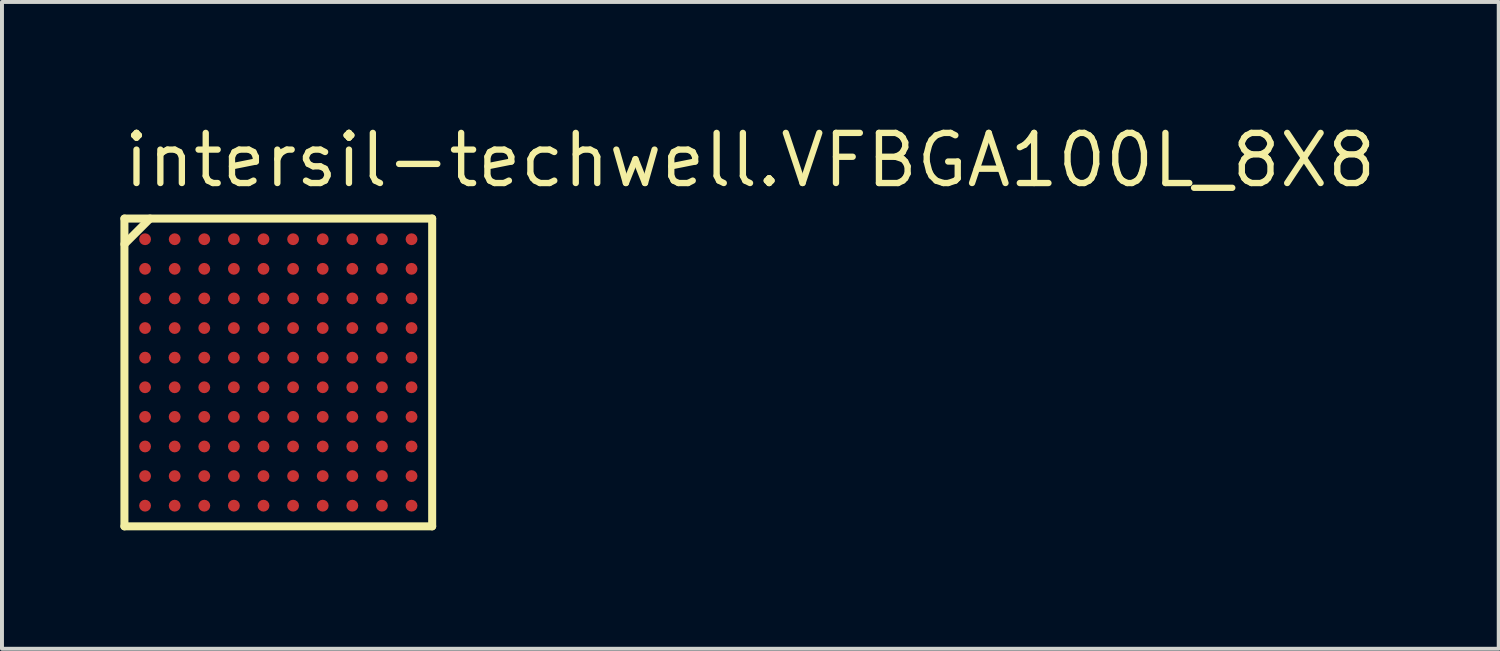
<source format=kicad_pcb>
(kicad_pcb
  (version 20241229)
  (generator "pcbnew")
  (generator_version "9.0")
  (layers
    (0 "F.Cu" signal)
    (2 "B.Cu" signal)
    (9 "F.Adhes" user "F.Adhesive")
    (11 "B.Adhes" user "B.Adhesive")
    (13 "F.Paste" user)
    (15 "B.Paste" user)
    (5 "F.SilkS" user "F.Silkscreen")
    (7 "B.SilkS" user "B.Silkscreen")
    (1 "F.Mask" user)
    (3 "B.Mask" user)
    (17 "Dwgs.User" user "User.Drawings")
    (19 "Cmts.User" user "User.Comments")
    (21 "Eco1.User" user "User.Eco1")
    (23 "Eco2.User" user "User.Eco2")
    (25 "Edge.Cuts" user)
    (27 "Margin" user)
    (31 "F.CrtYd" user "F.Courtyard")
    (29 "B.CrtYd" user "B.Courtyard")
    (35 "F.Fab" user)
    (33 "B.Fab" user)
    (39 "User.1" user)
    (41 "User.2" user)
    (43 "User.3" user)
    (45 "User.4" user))
  (footprint "intersil-techwell.VFBGA100L_8X8"
    (layer "F.Cu")
    (at 4 6.385)
    (property "Reference" "intersil-techwell.VFBGA100L_8X8" (at -4 -4.635 0) (layer "F.SilkS") (effects (font (size 1.27 1.27) (thickness 0.16)) (justify left bottom)))
    (attr smd)
    (fp_circle (center -3.375 -3.375) (end -3.225 -3.375) (stroke (width 0.1) (type default)) (fill no) (layer "F.Mask"))
    (fp_circle (center -3.375 -2.625) (end -3.225 -2.625) (stroke (width 0.1) (type default)) (fill no) (layer "F.Mask"))
    (fp_circle (center -3.375 -1.875) (end -3.225 -1.875) (stroke (width 0.1) (type default)) (fill no) (layer "F.Mask"))
    (fp_circle (center -3.375 -1.125) (end -3.225 -1.125) (stroke (width 0.1) (type default)) (fill no) (layer "F.Mask"))
    (fp_circle (center -3.375 -0.375) (end -3.225 -0.375) (stroke (width 0.1) (type default)) (fill no) (layer "F.Mask"))
    (fp_circle (center -3.375 0.375) (end -3.225 0.375) (stroke (width 0.1) (type default)) (fill no) (layer "F.Mask"))
    (fp_circle (center -3.375 1.125) (end -3.225 1.125) (stroke (width 0.1) (type default)) (fill no) (layer "F.Mask"))
    (fp_circle (center -3.375 1.875) (end -3.225 1.875) (stroke (width 0.1) (type default)) (fill no) (layer "F.Mask"))
    (fp_circle (center -3.375 2.625) (end -3.225 2.625) (stroke (width 0.1) (type default)) (fill no) (layer "F.Mask"))
    (fp_circle (center -3.375 3.375) (end -3.225 3.375) (stroke (width 0.1) (type default)) (fill no) (layer "F.Mask"))
    (fp_circle (center -2.625 -3.375) (end -2.475 -3.375) (stroke (width 0.1) (type default)) (fill no) (layer "F.Mask"))
    (fp_circle (center -2.625 -2.625) (end -2.475 -2.625) (stroke (width 0.1) (type default)) (fill no) (layer "F.Mask"))
    (fp_circle (center -2.625 -1.875) (end -2.475 -1.875) (stroke (width 0.1) (type default)) (fill no) (layer "F.Mask"))
    (fp_circle (center -2.625 -1.125) (end -2.475 -1.125) (stroke (width 0.1) (type default)) (fill no) (layer "F.Mask"))
    (fp_circle (center -2.625 -0.375) (end -2.475 -0.375) (stroke (width 0.1) (type default)) (fill no) (layer "F.Mask"))
    (fp_circle (center -2.625 0.375) (end -2.475 0.375) (stroke (width 0.1) (type default)) (fill no) (layer "F.Mask"))
    (fp_circle (center -2.625 1.125) (end -2.475 1.125) (stroke (width 0.1) (type default)) (fill no) (layer "F.Mask"))
    (fp_circle (center -2.625 1.875) (end -2.475 1.875) (stroke (width 0.1) (type default)) (fill no) (layer "F.Mask"))
    (fp_circle (center -2.625 2.625) (end -2.475 2.625) (stroke (width 0.1) (type default)) (fill no) (layer "F.Mask"))
    (fp_circle (center -2.625 3.375) (end -2.475 3.375) (stroke (width 0.1) (type default)) (fill no) (layer "F.Mask"))
    (fp_circle (center -1.875 -3.375) (end -1.725 -3.375) (stroke (width 0.1) (type default)) (fill no) (layer "F.Mask"))
    (fp_circle (center -1.875 -2.625) (end -1.725 -2.625) (stroke (width 0.1) (type default)) (fill no) (layer "F.Mask"))
    (fp_circle (center -1.875 -1.875) (end -1.725 -1.875) (stroke (width 0.1) (type default)) (fill no) (layer "F.Mask"))
    (fp_circle (center -1.875 -1.125) (end -1.725 -1.125) (stroke (width 0.1) (type default)) (fill no) (layer "F.Mask"))
    (fp_circle (center -1.875 -0.375) (end -1.725 -0.375) (stroke (width 0.1) (type default)) (fill no) (layer "F.Mask"))
    (fp_circle (center -1.875 0.375) (end -1.725 0.375) (stroke (width 0.1) (type default)) (fill no) (layer "F.Mask"))
    (fp_circle (center -1.875 1.125) (end -1.725 1.125) (stroke (width 0.1) (type default)) (fill no) (layer "F.Mask"))
    (fp_circle (center -1.875 1.875) (end -1.725 1.875) (stroke (width 0.1) (type default)) (fill no) (layer "F.Mask"))
    (fp_circle (center -1.875 2.625) (end -1.725 2.625) (stroke (width 0.1) (type default)) (fill no) (layer "F.Mask"))
    (fp_circle (center -1.875 3.375) (end -1.725 3.375) (stroke (width 0.1) (type default)) (fill no) (layer "F.Mask"))
    (fp_circle (center -1.125 -3.375) (end -0.975 -3.375) (stroke (width 0.1) (type default)) (fill no) (layer "F.Mask"))
    (fp_circle (center -1.125 -2.625) (end -0.975 -2.625) (stroke (width 0.1) (type default)) (fill no) (layer "F.Mask"))
    (fp_circle (center -1.125 -1.875) (end -0.975 -1.875) (stroke (width 0.1) (type default)) (fill no) (layer "F.Mask"))
    (fp_circle (center -1.125 -1.125) (end -0.975 -1.125) (stroke (width 0.1) (type default)) (fill no) (layer "F.Mask"))
    (fp_circle (center -1.125 -0.375) (end -0.975 -0.375) (stroke (width 0.1) (type default)) (fill no) (layer "F.Mask"))
    (fp_circle (center -1.125 0.375) (end -0.975 0.375) (stroke (width 0.1) (type default)) (fill no) (layer "F.Mask"))
    (fp_circle (center -1.125 1.125) (end -0.975 1.125) (stroke (width 0.1) (type default)) (fill no) (layer "F.Mask"))
    (fp_circle (center -1.125 1.875) (end -0.975 1.875) (stroke (width 0.1) (type default)) (fill no) (layer "F.Mask"))
    (fp_circle (center -1.125 2.625) (end -0.975 2.625) (stroke (width 0.1) (type default)) (fill no) (layer "F.Mask"))
    (fp_circle (center -1.125 3.375) (end -0.975 3.375) (stroke (width 0.1) (type default)) (fill no) (layer "F.Mask"))
    (fp_circle (center -0.375 -3.375) (end -0.225 -3.375) (stroke (width 0.1) (type default)) (fill no) (layer "F.Mask"))
    (fp_circle (center -0.375 -2.625) (end -0.225 -2.625) (stroke (width 0.1) (type default)) (fill no) (layer "F.Mask"))
    (fp_circle (center -0.375 -1.875) (end -0.225 -1.875) (stroke (width 0.1) (type default)) (fill no) (layer "F.Mask"))
    (fp_circle (center -0.375 -1.125) (end -0.225 -1.125) (stroke (width 0.1) (type default)) (fill no) (layer "F.Mask"))
    (fp_circle (center -0.375 -0.375) (end -0.225 -0.375) (stroke (width 0.1) (type default)) (fill no) (layer "F.Mask"))
    (fp_circle (center -0.375 0.375) (end -0.225 0.375) (stroke (width 0.1) (type default)) (fill no) (layer "F.Mask"))
    (fp_circle (center -0.375 1.125) (end -0.225 1.125) (stroke (width 0.1) (type default)) (fill no) (layer "F.Mask"))
    (fp_circle (center -0.375 1.875) (end -0.225 1.875) (stroke (width 0.1) (type default)) (fill no) (layer "F.Mask"))
    (fp_circle (center -0.375 2.625) (end -0.225 2.625) (stroke (width 0.1) (type default)) (fill no) (layer "F.Mask"))
    (fp_circle (center -0.375 3.375) (end -0.225 3.375) (stroke (width 0.1) (type default)) (fill no) (layer "F.Mask"))
    (fp_circle (center 0.375 -3.375) (end 0.525 -3.375) (stroke (width 0.1) (type default)) (fill no) (layer "F.Mask"))
    (fp_circle (center 0.375 -2.625) (end 0.525 -2.625) (stroke (width 0.1) (type default)) (fill no) (layer "F.Mask"))
    (fp_circle (center 0.375 -1.875) (end 0.525 -1.875) (stroke (width 0.1) (type default)) (fill no) (layer "F.Mask"))
    (fp_circle (center 0.375 -1.125) (end 0.525 -1.125) (stroke (width 0.1) (type default)) (fill no) (layer "F.Mask"))
    (fp_circle (center 0.375 -0.375) (end 0.525 -0.375) (stroke (width 0.1) (type default)) (fill no) (layer "F.Mask"))
    (fp_circle (center 0.375 0.375) (end 0.525 0.375) (stroke (width 0.1) (type default)) (fill no) (layer "F.Mask"))
    (fp_circle (center 0.375 1.125) (end 0.525 1.125) (stroke (width 0.1) (type default)) (fill no) (layer "F.Mask"))
    (fp_circle (center 0.375 1.875) (end 0.525 1.875) (stroke (width 0.1) (type default)) (fill no) (layer "F.Mask"))
    (fp_circle (center 0.375 2.625) (end 0.525 2.625) (stroke (width 0.1) (type default)) (fill no) (layer "F.Mask"))
    (fp_circle (center 0.375 3.375) (end 0.525 3.375) (stroke (width 0.1) (type default)) (fill no) (layer "F.Mask"))
    (fp_circle (center 1.125 -3.375) (end 1.275 -3.375) (stroke (width 0.1) (type default)) (fill no) (layer "F.Mask"))
    (fp_circle (center 1.125 -2.625) (end 1.275 -2.625) (stroke (width 0.1) (type default)) (fill no) (layer "F.Mask"))
    (fp_circle (center 1.125 -1.875) (end 1.275 -1.875) (stroke (width 0.1) (type default)) (fill no) (layer "F.Mask"))
    (fp_circle (center 1.125 -1.125) (end 1.275 -1.125) (stroke (width 0.1) (type default)) (fill no) (layer "F.Mask"))
    (fp_circle (center 1.125 -0.375) (end 1.275 -0.375) (stroke (width 0.1) (type default)) (fill no) (layer "F.Mask"))
    (fp_circle (center 1.125 0.375) (end 1.275 0.375) (stroke (width 0.1) (type default)) (fill no) (layer "F.Mask"))
    (fp_circle (center 1.125 1.125) (end 1.275 1.125) (stroke (width 0.1) (type default)) (fill no) (layer "F.Mask"))
    (fp_circle (center 1.125 1.875) (end 1.275 1.875) (stroke (width 0.1) (type default)) (fill no) (layer "F.Mask"))
    (fp_circle (center 1.125 2.625) (end 1.275 2.625) (stroke (width 0.1) (type default)) (fill no) (layer "F.Mask"))
    (fp_circle (center 1.125 3.375) (end 1.275 3.375) (stroke (width 0.1) (type default)) (fill no) (layer "F.Mask"))
    (fp_circle (center 1.875 -3.375) (end 2.025 -3.375) (stroke (width 0.1) (type default)) (fill no) (layer "F.Mask"))
    (fp_circle (center 1.875 -2.625) (end 2.025 -2.625) (stroke (width 0.1) (type default)) (fill no) (layer "F.Mask"))
    (fp_circle (center 1.875 -1.875) (end 2.025 -1.875) (stroke (width 0.1) (type default)) (fill no) (layer "F.Mask"))
    (fp_circle (center 1.875 -1.125) (end 2.025 -1.125) (stroke (width 0.1) (type default)) (fill no) (layer "F.Mask"))
    (fp_circle (center 1.875 -0.375) (end 2.025 -0.375) (stroke (width 0.1) (type default)) (fill no) (layer "F.Mask"))
    (fp_circle (center 1.875 0.375) (end 2.025 0.375) (stroke (width 0.1) (type default)) (fill no) (layer "F.Mask"))
    (fp_circle (center 1.875 1.125) (end 2.025 1.125) (stroke (width 0.1) (type default)) (fill no) (layer "F.Mask"))
    (fp_circle (center 1.875 1.875) (end 2.025 1.875) (stroke (width 0.1) (type default)) (fill no) (layer "F.Mask"))
    (fp_circle (center 1.875 2.625) (end 2.025 2.625) (stroke (width 0.1) (type default)) (fill no) (layer "F.Mask"))
    (fp_circle (center 1.875 3.375) (end 2.025 3.375) (stroke (width 0.1) (type default)) (fill no) (layer "F.Mask"))
    (fp_circle (center 2.625 -3.375) (end 2.775 -3.375) (stroke (width 0.1) (type default)) (fill no) (layer "F.Mask"))
    (fp_circle (center 2.625 -2.625) (end 2.775 -2.625) (stroke (width 0.1) (type default)) (fill no) (layer "F.Mask"))
    (fp_circle (center 2.625 -1.875) (end 2.775 -1.875) (stroke (width 0.1) (type default)) (fill no) (layer "F.Mask"))
    (fp_circle (center 2.625 -1.125) (end 2.775 -1.125) (stroke (width 0.1) (type default)) (fill no) (layer "F.Mask"))
    (fp_circle (center 2.625 -0.375) (end 2.775 -0.375) (stroke (width 0.1) (type default)) (fill no) (layer "F.Mask"))
    (fp_circle (center 2.625 0.375) (end 2.775 0.375) (stroke (width 0.1) (type default)) (fill no) (layer "F.Mask"))
    (fp_circle (center 2.625 1.125) (end 2.775 1.125) (stroke (width 0.1) (type default)) (fill no) (layer "F.Mask"))
    (fp_circle (center 2.625 1.875) (end 2.775 1.875) (stroke (width 0.1) (type default)) (fill no) (layer "F.Mask"))
    (fp_circle (center 2.625 2.625) (end 2.775 2.625) (stroke (width 0.1) (type default)) (fill no) (layer "F.Mask"))
    (fp_circle (center 2.625 3.375) (end 2.775 3.375) (stroke (width 0.1) (type default)) (fill no) (layer "F.Mask"))
    (fp_circle (center 3.375 -3.375) (end 3.525 -3.375) (stroke (width 0.1) (type default)) (fill no) (layer "F.Mask"))
    (fp_circle (center 3.375 -2.625) (end 3.525 -2.625) (stroke (width 0.1) (type default)) (fill no) (layer "F.Mask"))
    (fp_circle (center 3.375 -1.875) (end 3.525 -1.875) (stroke (width 0.1) (type default)) (fill no) (layer "F.Mask"))
    (fp_circle (center 3.375 -1.125) (end 3.525 -1.125) (stroke (width 0.1) (type default)) (fill no) (layer "F.Mask"))
    (fp_circle (center 3.375 -0.375) (end 3.525 -0.375) (stroke (width 0.1) (type default)) (fill no) (layer "F.Mask"))
    (fp_circle (center 3.375 0.375) (end 3.525 0.375) (stroke (width 0.1) (type default)) (fill no) (layer "F.Mask"))
    (fp_circle (center 3.375 1.125) (end 3.525 1.125) (stroke (width 0.1) (type default)) (fill no) (layer "F.Mask"))
    (fp_circle (center 3.375 1.875) (end 3.525 1.875) (stroke (width 0.1) (type default)) (fill no) (layer "F.Mask"))
    (fp_circle (center 3.375 2.625) (end 3.525 2.625) (stroke (width 0.1) (type default)) (fill no) (layer "F.Mask"))
    (fp_circle (center 3.375 3.375) (end 3.525 3.375) (stroke (width 0.1) (type default)) (fill no) (layer "F.Mask"))
    (fp_line (start -3.898 -3.898) (end -3.898 3.898) (stroke (width 0.203) (type default)) (layer "F.SilkS"))
    (fp_line (start -3.898 -3.25) (end -3.25 -3.898) (stroke (width 0.203) (type default)) (layer "F.SilkS"))
    (fp_line (start -3.898 3.898) (end 3.898 3.898) (stroke (width 0.203) (type default)) (layer "F.SilkS"))
    (fp_line (start 3.898 -3.898) (end -3.898 -3.898) (stroke (width 0.203) (type default)) (layer "F.SilkS"))
    (fp_line (start 3.898 3.898) (end 3.898 -3.898) (stroke (width 0.203) (type default)) (layer "F.SilkS"))
    (pad "A1" smd roundrect (at -3.375 -3.375) (size 0.3 0.3) (layers "F.Cu" "F.Mask" "F.Paste") (roundrect_rratio 0.5))
    (pad "A2" smd roundrect (at -2.625 -3.375) (size 0.3 0.3) (layers "F.Cu" "F.Mask" "F.Paste") (roundrect_rratio 0.5))
    (pad "A3" smd roundrect (at -1.875 -3.375) (size 0.3 0.3) (layers "F.Cu" "F.Mask" "F.Paste") (roundrect_rratio 0.5))
    (pad "A4" smd roundrect (at -1.125 -3.375) (size 0.3 0.3) (layers "F.Cu" "F.Mask" "F.Paste") (roundrect_rratio 0.5))
    (pad "A5" smd roundrect (at -0.375 -3.375) (size 0.3 0.3) (layers "F.Cu" "F.Mask" "F.Paste") (roundrect_rratio 0.5))
    (pad "A6" smd roundrect (at 0.375 -3.375) (size 0.3 0.3) (layers "F.Cu" "F.Mask" "F.Paste") (roundrect_rratio 0.5))
    (pad "A7" smd roundrect (at 1.125 -3.375) (size 0.3 0.3) (layers "F.Cu" "F.Mask" "F.Paste") (roundrect_rratio 0.5))
    (pad "A8" smd roundrect (at 1.875 -3.375) (size 0.3 0.3) (layers "F.Cu" "F.Mask" "F.Paste") (roundrect_rratio 0.5))
    (pad "A9" smd roundrect (at 2.625 -3.375) (size 0.3 0.3) (layers "F.Cu" "F.Mask" "F.Paste") (roundrect_rratio 0.5))
    (pad "A10" smd roundrect (at 3.375 -3.375) (size 0.3 0.3) (layers "F.Cu" "F.Mask" "F.Paste") (roundrect_rratio 0.5))
    (pad "B1" smd roundrect (at -3.375 -2.625) (size 0.3 0.3) (layers "F.Cu" "F.Mask" "F.Paste") (roundrect_rratio 0.5))
    (pad "B2" smd roundrect (at -2.625 -2.625) (size 0.3 0.3) (layers "F.Cu" "F.Mask" "F.Paste") (roundrect_rratio 0.5))
    (pad "B3" smd roundrect (at -1.875 -2.625) (size 0.3 0.3) (layers "F.Cu" "F.Mask" "F.Paste") (roundrect_rratio 0.5))
    (pad "B4" smd roundrect (at -1.125 -2.625) (size 0.3 0.3) (layers "F.Cu" "F.Mask" "F.Paste") (roundrect_rratio 0.5))
    (pad "B5" smd roundrect (at -0.375 -2.625) (size 0.3 0.3) (layers "F.Cu" "F.Mask" "F.Paste") (roundrect_rratio 0.5))
    (pad "B6" smd roundrect (at 0.375 -2.625) (size 0.3 0.3) (layers "F.Cu" "F.Mask" "F.Paste") (roundrect_rratio 0.5))
    (pad "B7" smd roundrect (at 1.125 -2.625) (size 0.3 0.3) (layers "F.Cu" "F.Mask" "F.Paste") (roundrect_rratio 0.5))
    (pad "B8" smd roundrect (at 1.875 -2.625) (size 0.3 0.3) (layers "F.Cu" "F.Mask" "F.Paste") (roundrect_rratio 0.5))
    (pad "B9" smd roundrect (at 2.625 -2.625) (size 0.3 0.3) (layers "F.Cu" "F.Mask" "F.Paste") (roundrect_rratio 0.5))
    (pad "B10" smd roundrect (at 3.375 -2.625) (size 0.3 0.3) (layers "F.Cu" "F.Mask" "F.Paste") (roundrect_rratio 0.5))
    (pad "C1" smd roundrect (at -3.375 -1.875) (size 0.3 0.3) (layers "F.Cu" "F.Mask" "F.Paste") (roundrect_rratio 0.5))
    (pad "C2" smd roundrect (at -2.625 -1.875) (size 0.3 0.3) (layers "F.Cu" "F.Mask" "F.Paste") (roundrect_rratio 0.5))
    (pad "C3" smd roundrect (at -1.875 -1.875) (size 0.3 0.3) (layers "F.Cu" "F.Mask" "F.Paste") (roundrect_rratio 0.5))
    (pad "C4" smd roundrect (at -1.125 -1.875) (size 0.3 0.3) (layers "F.Cu" "F.Mask" "F.Paste") (roundrect_rratio 0.5))
    (pad "C5" smd roundrect (at -0.375 -1.875) (size 0.3 0.3) (layers "F.Cu" "F.Mask" "F.Paste") (roundrect_rratio 0.5))
    (pad "C6" smd roundrect (at 0.375 -1.875) (size 0.3 0.3) (layers "F.Cu" "F.Mask" "F.Paste") (roundrect_rratio 0.5))
    (pad "C7" smd roundrect (at 1.125 -1.875) (size 0.3 0.3) (layers "F.Cu" "F.Mask" "F.Paste") (roundrect_rratio 0.5))
    (pad "C8" smd roundrect (at 1.875 -1.875) (size 0.3 0.3) (layers "F.Cu" "F.Mask" "F.Paste") (roundrect_rratio 0.5))
    (pad "C9" smd roundrect (at 2.625 -1.875) (size 0.3 0.3) (layers "F.Cu" "F.Mask" "F.Paste") (roundrect_rratio 0.5))
    (pad "C10" smd roundrect (at 3.375 -1.875) (size 0.3 0.3) (layers "F.Cu" "F.Mask" "F.Paste") (roundrect_rratio 0.5))
    (pad "D1" smd roundrect (at -3.375 -1.125) (size 0.3 0.3) (layers "F.Cu" "F.Mask" "F.Paste") (roundrect_rratio 0.5))
    (pad "D2" smd roundrect (at -2.625 -1.125) (size 0.3 0.3) (layers "F.Cu" "F.Mask" "F.Paste") (roundrect_rratio 0.5))
    (pad "D3" smd roundrect (at -1.875 -1.125) (size 0.3 0.3) (layers "F.Cu" "F.Mask" "F.Paste") (roundrect_rratio 0.5))
    (pad "D4" smd roundrect (at -1.125 -1.125) (size 0.3 0.3) (layers "F.Cu" "F.Mask" "F.Paste") (roundrect_rratio 0.5))
    (pad "D5" smd roundrect (at -0.375 -1.125) (size 0.3 0.3) (layers "F.Cu" "F.Mask" "F.Paste") (roundrect_rratio 0.5))
    (pad "D6" smd roundrect (at 0.375 -1.125) (size 0.3 0.3) (layers "F.Cu" "F.Mask" "F.Paste") (roundrect_rratio 0.5))
    (pad "D7" smd roundrect (at 1.125 -1.125) (size 0.3 0.3) (layers "F.Cu" "F.Mask" "F.Paste") (roundrect_rratio 0.5))
    (pad "D8" smd roundrect (at 1.875 -1.125) (size 0.3 0.3) (layers "F.Cu" "F.Mask" "F.Paste") (roundrect_rratio 0.5))
    (pad "D9" smd roundrect (at 2.625 -1.125) (size 0.3 0.3) (layers "F.Cu" "F.Mask" "F.Paste") (roundrect_rratio 0.5))
    (pad "D10" smd roundrect (at 3.375 -1.125) (size 0.3 0.3) (layers "F.Cu" "F.Mask" "F.Paste") (roundrect_rratio 0.5))
    (pad "E1" smd roundrect (at -3.375 -0.375) (size 0.3 0.3) (layers "F.Cu" "F.Mask" "F.Paste") (roundrect_rratio 0.5))
    (pad "E2" smd roundrect (at -2.625 -0.375) (size 0.3 0.3) (layers "F.Cu" "F.Mask" "F.Paste") (roundrect_rratio 0.5))
    (pad "E3" smd roundrect (at -1.875 -0.375) (size 0.3 0.3) (layers "F.Cu" "F.Mask" "F.Paste") (roundrect_rratio 0.5))
    (pad "E4" smd roundrect (at -1.125 -0.375) (size 0.3 0.3) (layers "F.Cu" "F.Mask" "F.Paste") (roundrect_rratio 0.5))
    (pad "E5" smd roundrect (at -0.375 -0.375) (size 0.3 0.3) (layers "F.Cu" "F.Mask" "F.Paste") (roundrect_rratio 0.5))
    (pad "E6" smd roundrect (at 0.375 -0.375) (size 0.3 0.3) (layers "F.Cu" "F.Mask" "F.Paste") (roundrect_rratio 0.5))
    (pad "E7" smd roundrect (at 1.125 -0.375) (size 0.3 0.3) (layers "F.Cu" "F.Mask" "F.Paste") (roundrect_rratio 0.5))
    (pad "E8" smd roundrect (at 1.875 -0.375) (size 0.3 0.3) (layers "F.Cu" "F.Mask" "F.Paste") (roundrect_rratio 0.5))
    (pad "E9" smd roundrect (at 2.625 -0.375) (size 0.3 0.3) (layers "F.Cu" "F.Mask" "F.Paste") (roundrect_rratio 0.5))
    (pad "E10" smd roundrect (at 3.375 -0.375) (size 0.3 0.3) (layers "F.Cu" "F.Mask" "F.Paste") (roundrect_rratio 0.5))
    (pad "F1" smd roundrect (at -3.375 0.375) (size 0.3 0.3) (layers "F.Cu" "F.Mask" "F.Paste") (roundrect_rratio 0.5))
    (pad "F2" smd roundrect (at -2.625 0.375) (size 0.3 0.3) (layers "F.Cu" "F.Mask" "F.Paste") (roundrect_rratio 0.5))
    (pad "F3" smd roundrect (at -1.875 0.375) (size 0.3 0.3) (layers "F.Cu" "F.Mask" "F.Paste") (roundrect_rratio 0.5))
    (pad "F4" smd roundrect (at -1.125 0.375) (size 0.3 0.3) (layers "F.Cu" "F.Mask" "F.Paste") (roundrect_rratio 0.5))
    (pad "F5" smd roundrect (at -0.375 0.375) (size 0.3 0.3) (layers "F.Cu" "F.Mask" "F.Paste") (roundrect_rratio 0.5))
    (pad "F6" smd roundrect (at 0.375 0.375) (size 0.3 0.3) (layers "F.Cu" "F.Mask" "F.Paste") (roundrect_rratio 0.5))
    (pad "F7" smd roundrect (at 1.125 0.375) (size 0.3 0.3) (layers "F.Cu" "F.Mask" "F.Paste") (roundrect_rratio 0.5))
    (pad "F8" smd roundrect (at 1.875 0.375) (size 0.3 0.3) (layers "F.Cu" "F.Mask" "F.Paste") (roundrect_rratio 0.5))
    (pad "F9" smd roundrect (at 2.625 0.375) (size 0.3 0.3) (layers "F.Cu" "F.Mask" "F.Paste") (roundrect_rratio 0.5))
    (pad "F10" smd roundrect (at 3.375 0.375) (size 0.3 0.3) (layers "F.Cu" "F.Mask" "F.Paste") (roundrect_rratio 0.5))
    (pad "G1" smd roundrect (at -3.375 1.125) (size 0.3 0.3) (layers "F.Cu" "F.Mask" "F.Paste") (roundrect_rratio 0.5))
    (pad "G2" smd roundrect (at -2.625 1.125) (size 0.3 0.3) (layers "F.Cu" "F.Mask" "F.Paste") (roundrect_rratio 0.5))
    (pad "G3" smd roundrect (at -1.875 1.125) (size 0.3 0.3) (layers "F.Cu" "F.Mask" "F.Paste") (roundrect_rratio 0.5))
    (pad "G4" smd roundrect (at -1.125 1.125) (size 0.3 0.3) (layers "F.Cu" "F.Mask" "F.Paste") (roundrect_rratio 0.5))
    (pad "G5" smd roundrect (at -0.375 1.125) (size 0.3 0.3) (layers "F.Cu" "F.Mask" "F.Paste") (roundrect_rratio 0.5))
    (pad "G6" smd roundrect (at 0.375 1.125) (size 0.3 0.3) (layers "F.Cu" "F.Mask" "F.Paste") (roundrect_rratio 0.5))
    (pad "G7" smd roundrect (at 1.125 1.125) (size 0.3 0.3) (layers "F.Cu" "F.Mask" "F.Paste") (roundrect_rratio 0.5))
    (pad "G8" smd roundrect (at 1.875 1.125) (size 0.3 0.3) (layers "F.Cu" "F.Mask" "F.Paste") (roundrect_rratio 0.5))
    (pad "G9" smd roundrect (at 2.625 1.125) (size 0.3 0.3) (layers "F.Cu" "F.Mask" "F.Paste") (roundrect_rratio 0.5))
    (pad "G10" smd roundrect (at 3.375 1.125) (size 0.3 0.3) (layers "F.Cu" "F.Mask" "F.Paste") (roundrect_rratio 0.5))
    (pad "H1" smd roundrect (at -3.375 1.875) (size 0.3 0.3) (layers "F.Cu" "F.Mask" "F.Paste") (roundrect_rratio 0.5))
    (pad "H2" smd roundrect (at -2.625 1.875) (size 0.3 0.3) (layers "F.Cu" "F.Mask" "F.Paste") (roundrect_rratio 0.5))
    (pad "H3" smd roundrect (at -1.875 1.875) (size 0.3 0.3) (layers "F.Cu" "F.Mask" "F.Paste") (roundrect_rratio 0.5))
    (pad "H4" smd roundrect (at -1.125 1.875) (size 0.3 0.3) (layers "F.Cu" "F.Mask" "F.Paste") (roundrect_rratio 0.5))
    (pad "H5" smd roundrect (at -0.375 1.875) (size 0.3 0.3) (layers "F.Cu" "F.Mask" "F.Paste") (roundrect_rratio 0.5))
    (pad "H6" smd roundrect (at 0.375 1.875) (size 0.3 0.3) (layers "F.Cu" "F.Mask" "F.Paste") (roundrect_rratio 0.5))
    (pad "H7" smd roundrect (at 1.125 1.875) (size 0.3 0.3) (layers "F.Cu" "F.Mask" "F.Paste") (roundrect_rratio 0.5))
    (pad "H8" smd roundrect (at 1.875 1.875) (size 0.3 0.3) (layers "F.Cu" "F.Mask" "F.Paste") (roundrect_rratio 0.5))
    (pad "H9" smd roundrect (at 2.625 1.875) (size 0.3 0.3) (layers "F.Cu" "F.Mask" "F.Paste") (roundrect_rratio 0.5))
    (pad "H10" smd roundrect (at 3.375 1.875) (size 0.3 0.3) (layers "F.Cu" "F.Mask" "F.Paste") (roundrect_rratio 0.5))
    (pad "J1" smd roundrect (at -3.375 2.625) (size 0.3 0.3) (layers "F.Cu" "F.Mask" "F.Paste") (roundrect_rratio 0.5))
    (pad "J2" smd roundrect (at -2.625 2.625) (size 0.3 0.3) (layers "F.Cu" "F.Mask" "F.Paste") (roundrect_rratio 0.5))
    (pad "J3" smd roundrect (at -1.875 2.625) (size 0.3 0.3) (layers "F.Cu" "F.Mask" "F.Paste") (roundrect_rratio 0.5))
    (pad "J4" smd roundrect (at -1.125 2.625) (size 0.3 0.3) (layers "F.Cu" "F.Mask" "F.Paste") (roundrect_rratio 0.5))
    (pad "J5" smd roundrect (at -0.375 2.625) (size 0.3 0.3) (layers "F.Cu" "F.Mask" "F.Paste") (roundrect_rratio 0.5))
    (pad "J6" smd roundrect (at 0.375 2.625) (size 0.3 0.3) (layers "F.Cu" "F.Mask" "F.Paste") (roundrect_rratio 0.5))
    (pad "J7" smd roundrect (at 1.125 2.625) (size 0.3 0.3) (layers "F.Cu" "F.Mask" "F.Paste") (roundrect_rratio 0.5))
    (pad "J8" smd roundrect (at 1.875 2.625) (size 0.3 0.3) (layers "F.Cu" "F.Mask" "F.Paste") (roundrect_rratio 0.5))
    (pad "J9" smd roundrect (at 2.625 2.625) (size 0.3 0.3) (layers "F.Cu" "F.Mask" "F.Paste") (roundrect_rratio 0.5))
    (pad "J10" smd roundrect (at 3.375 2.625) (size 0.3 0.3) (layers "F.Cu" "F.Mask" "F.Paste") (roundrect_rratio 0.5))
    (pad "K1" smd roundrect (at -3.375 3.375) (size 0.3 0.3) (layers "F.Cu" "F.Mask" "F.Paste") (roundrect_rratio 0.5))
    (pad "K2" smd roundrect (at -2.625 3.375) (size 0.3 0.3) (layers "F.Cu" "F.Mask" "F.Paste") (roundrect_rratio 0.5))
    (pad "K3" smd roundrect (at -1.875 3.375) (size 0.3 0.3) (layers "F.Cu" "F.Mask" "F.Paste") (roundrect_rratio 0.5))
    (pad "K4" smd roundrect (at -1.125 3.375) (size 0.3 0.3) (layers "F.Cu" "F.Mask" "F.Paste") (roundrect_rratio 0.5))
    (pad "K5" smd roundrect (at -0.375 3.375) (size 0.3 0.3) (layers "F.Cu" "F.Mask" "F.Paste") (roundrect_rratio 0.5))
    (pad "K6" smd roundrect (at 0.375 3.375) (size 0.3 0.3) (layers "F.Cu" "F.Mask" "F.Paste") (roundrect_rratio 0.5))
    (pad "K7" smd roundrect (at 1.125 3.375) (size 0.3 0.3) (layers "F.Cu" "F.Mask" "F.Paste") (roundrect_rratio 0.5))
    (pad "K8" smd roundrect (at 1.875 3.375) (size 0.3 0.3) (layers "F.Cu" "F.Mask" "F.Paste") (roundrect_rratio 0.5))
    (pad "K9" smd roundrect (at 2.625 3.375) (size 0.3 0.3) (layers "F.Cu" "F.Mask" "F.Paste") (roundrect_rratio 0.5))
    (pad "K10" smd roundrect (at 3.375 3.375) (size 0.3 0.3) (layers "F.Cu" "F.Mask" "F.Paste") (roundrect_rratio 0.5)))
  (gr_rect
    (start -3 -3)
    (end 34.916 13.385)
    (stroke (width 0.1) (type default))
    (fill no)
    (layer "Edge.Cuts")))
</source>
